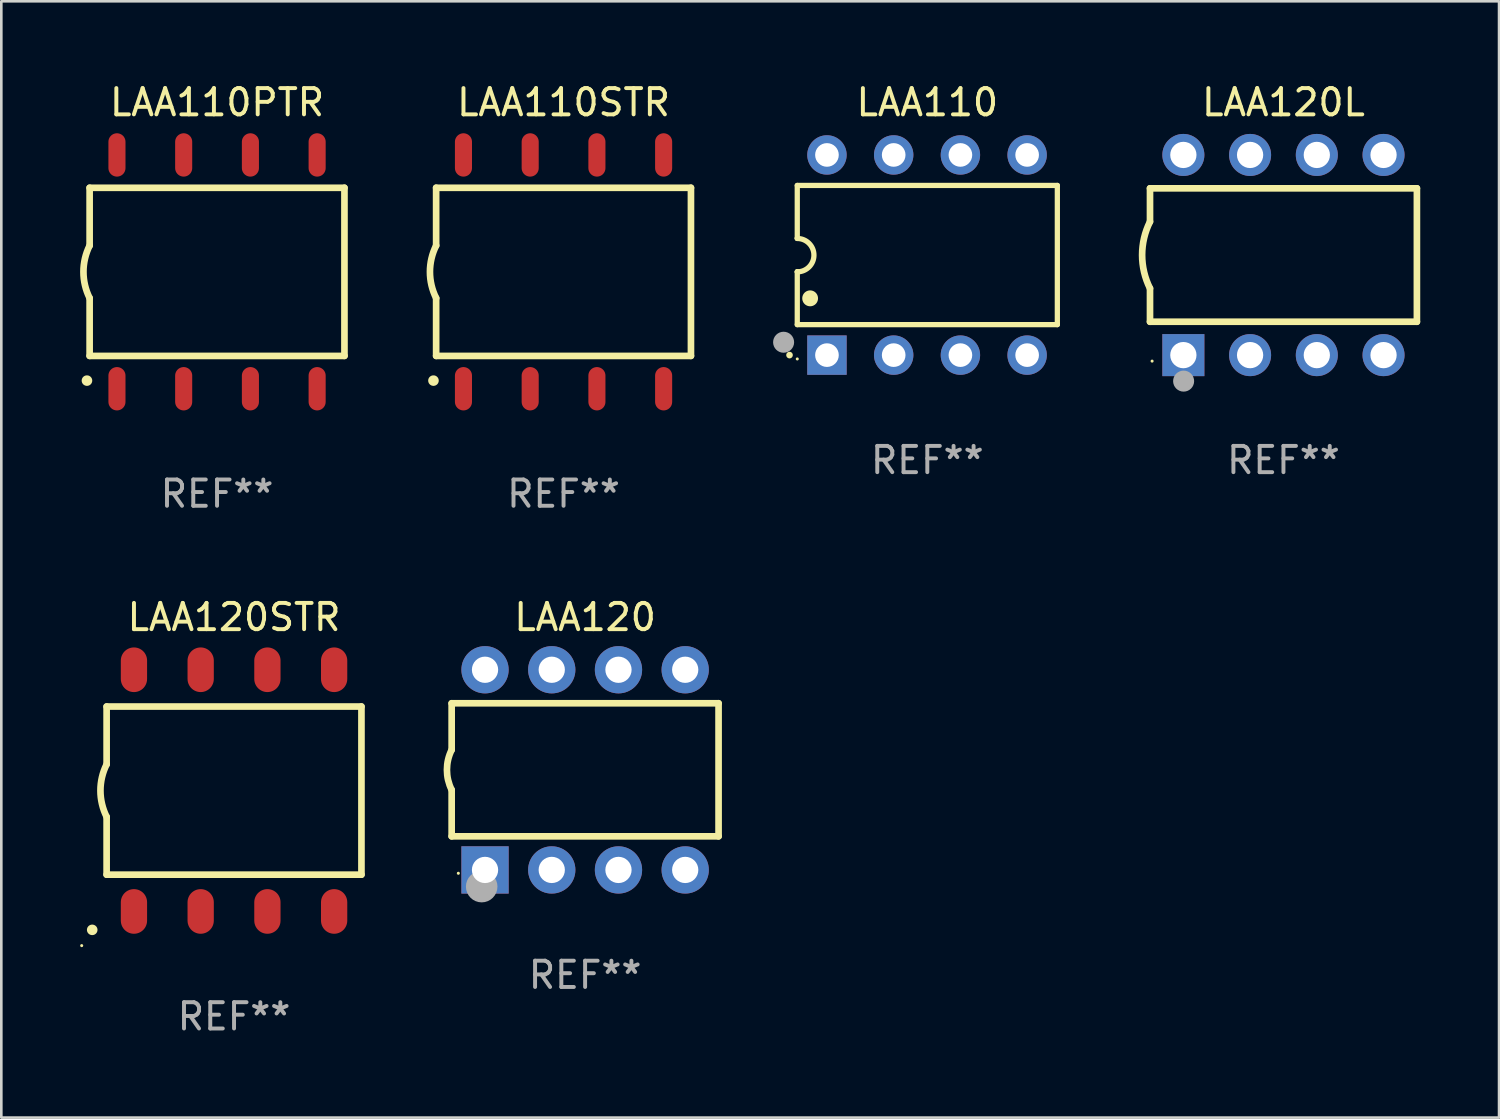
<source format=kicad_pcb>
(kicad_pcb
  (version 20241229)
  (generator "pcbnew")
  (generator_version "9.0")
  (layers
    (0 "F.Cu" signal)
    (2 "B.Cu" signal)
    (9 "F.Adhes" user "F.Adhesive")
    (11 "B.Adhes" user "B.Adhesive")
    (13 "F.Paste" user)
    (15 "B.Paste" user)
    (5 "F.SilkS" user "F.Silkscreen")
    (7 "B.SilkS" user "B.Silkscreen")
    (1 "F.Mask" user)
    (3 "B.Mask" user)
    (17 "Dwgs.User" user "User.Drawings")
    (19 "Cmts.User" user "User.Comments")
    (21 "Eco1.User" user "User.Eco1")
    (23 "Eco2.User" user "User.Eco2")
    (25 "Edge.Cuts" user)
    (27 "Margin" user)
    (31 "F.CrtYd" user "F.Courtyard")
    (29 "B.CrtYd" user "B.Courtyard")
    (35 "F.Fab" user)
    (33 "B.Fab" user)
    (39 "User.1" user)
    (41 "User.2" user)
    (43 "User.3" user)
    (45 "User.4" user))
  (footprint "LAA120STR"
    (layer "F.Cu")
    (at 5.859 27.045)
    (property "Reference" "LAA120STR" (at 0 -6.6 0) (layer "F.SilkS") (effects (font (size 1 1) (thickness 0.15))))
    (attr through_hole)
    (fp_line (start -4.85 -3.2) (end -4.85 -1) (stroke (width 0.254) (type solid)) (layer "F.SilkS"))
    (fp_line (start -4.85 -3.2) (end 4.85 -3.2) (stroke (width 0.254) (type solid)) (layer "F.SilkS"))
    (fp_line (start -4.85 3.2) (end -4.85 1) (stroke (width 0.254) (type solid)) (layer "F.SilkS"))
    (fp_line (start 4.85 -3.2) (end 4.85 3.2) (stroke (width 0.254) (type solid)) (layer "F.SilkS"))
    (fp_line (start 4.85 3.2) (end -4.85 3.2) (stroke (width 0.254) (type solid)) (layer "F.SilkS"))
    (fp_arc (start -5.400051 5.300991) (mid -5.398781 5.300987) (end -5.397511 5.300991) (stroke (width 0.4) (type solid)) (layer "F.SilkS"))
    (fp_arc (start -4.84887 1.000762) (mid -5.085418 0.000516) (end -4.850013 -1) (stroke (width 0.254001) (type solid)) (layer "F.SilkS"))
    (fp_circle (center -5.799 5.901) (end -5.769 5.901) (stroke (width 0.06) (type solid)) (fill no) (layer "F.SilkS"))
    (fp_text user "REF**" (at 0 8.6 0) (layer "F.Fab") (effects (font (size 1 1) (thickness 0.15))))
    (pad "1" smd oval (at -3.81 4.6) (size 1 1.7) (layers "F.Cu" "F.Mask" "F.Paste"))
    (pad "2" smd oval (at -1.27 4.6) (size 1 1.7) (layers "F.Cu" "F.Mask" "F.Paste"))
    (pad "3" smd oval (at 1.27 4.6) (size 1 1.7) (layers "F.Cu" "F.Mask" "F.Paste"))
    (pad "4" smd oval (at 3.81 4.6) (size 1 1.7) (layers "F.Cu" "F.Mask" "F.Paste"))
    (pad "5" smd oval (at 3.81 -4.6 180) (size 1 1.7) (layers "F.Cu" "F.Mask" "F.Paste"))
    (pad "6" smd oval (at 1.27 -4.6 180) (size 1 1.7) (layers "F.Cu" "F.Mask" "F.Paste"))
    (pad "7" smd oval (at -1.27 -4.6 180) (size 1 1.7) (layers "F.Cu" "F.Mask" "F.Paste"))
    (pad "8" smd oval (at -3.81 -4.6 180) (size 1 1.7) (layers "F.Cu" "F.Mask" "F.Paste")))
  (footprint "LAA110STR"
    (layer "F.Cu")
    (at 18.402 7.298)
    (property "Reference" "LAA110STR" (at 0 -6.45 0) (layer "F.SilkS") (effects (font (size 1 1) (thickness 0.15))))
    (attr through_hole)
    (fp_line (start -4.85 -3.2) (end -4.85 -1) (stroke (width 0.254) (type solid)) (layer "F.SilkS"))
    (fp_line (start -4.85 -3.2) (end 4.85 -3.2) (stroke (width 0.254) (type solid)) (layer "F.SilkS"))
    (fp_line (start -4.85 3.2) (end -4.85 1) (stroke (width 0.254) (type solid)) (layer "F.SilkS"))
    (fp_line (start 4.85 -3.2) (end 4.85 3.2) (stroke (width 0.254) (type solid)) (layer "F.SilkS"))
    (fp_line (start 4.85 3.2) (end -4.85 3.2) (stroke (width 0.254) (type solid)) (layer "F.SilkS"))
    (fp_arc (start -4.95301 4.140208) (mid -4.95174 4.140204) (end -4.95047 4.140208) (stroke (width 0.4) (type solid)) (layer "F.SilkS"))
    (fp_arc (start -4.84887 1.000762) (mid -5.085418 0.000516) (end -4.850013 -1) (stroke (width 0.254001) (type solid)) (layer "F.SilkS"))
    (fp_text user "REF**" (at 0 8.45 0) (layer "F.Fab") (effects (font (size 1 1) (thickness 0.15))))
    (pad "1" smd oval (at -3.81 4.45) (size 0.65 1.65) (layers "F.Cu" "F.Mask" "F.Paste"))
    (pad "2" smd oval (at -1.27 4.45) (size 0.65 1.65) (layers "F.Cu" "F.Mask" "F.Paste"))
    (pad "3" smd oval (at 1.27 4.45) (size 0.65 1.65) (layers "F.Cu" "F.Mask" "F.Paste"))
    (pad "4" smd oval (at 3.81 4.45) (size 0.65 1.65) (layers "F.Cu" "F.Mask" "F.Paste"))
    (pad "5" smd oval (at 3.81 -4.45 180) (size 0.65 1.65) (layers "F.Cu" "F.Mask" "F.Paste"))
    (pad "6" smd oval (at 1.27 -4.45 180) (size 0.65 1.65) (layers "F.Cu" "F.Mask" "F.Paste"))
    (pad "7" smd oval (at -1.27 -4.45 180) (size 0.65 1.65) (layers "F.Cu" "F.Mask" "F.Paste"))
    (pad "8" smd oval (at -3.81 -4.45 180) (size 0.65 1.65) (layers "F.Cu" "F.Mask" "F.Paste")))
  (footprint "LAA110"
    (layer "F.Cu")
    (at 32.249 6.658)
    (property "Reference" "LAA110" (at 0 -5.81 0) (layer "F.SilkS") (effects (font (size 1 1) (thickness 0.15))))
    (attr through_hole)
    (fp_line (start -4.95 -2.649) (end 4.95 -2.649) (stroke (width 0.2) (type solid)) (layer "F.SilkS"))
    (fp_line (start -4.95 -0.635) (end -4.95 -2.649) (stroke (width 0.2) (type solid)) (layer "F.SilkS"))
    (fp_line (start -4.95 0.635) (end -4.95 0.64) (stroke (width 0.2) (type solid)) (layer "F.SilkS"))
    (fp_line (start -4.95 2.649) (end -4.95 0.635) (stroke (width 0.2) (type solid)) (layer "F.SilkS"))
    (fp_line (start -4.95 -0.64) (end -4.95 -0.635) (stroke (width 0.2) (type solid)) (layer "F.SilkS"))
    (fp_line (start 4.95 -2.649) (end 4.95 2.649) (stroke (width 0.2) (type solid)) (layer "F.SilkS"))
    (fp_line (start 4.95 2.649) (end -4.95 2.649) (stroke (width 0.2) (type solid)) (layer "F.SilkS"))
    (fp_arc (start -5.24511 3.810008) (mid -5.245117 3.808738) (end -5.24511 3.807468) (stroke (width 0.25) (type solid)) (layer "F.SilkS"))
    (fp_arc (start -4.950165 -0.629997) (mid -4.315164 0.005004) (end -4.950165 0.640005) (stroke (width 0.2) (type solid)) (layer "F.SilkS"))
    (fp_arc (start -4.460249 1.651003) (mid -4.46026 1.648463) (end -4.460249 1.645923) (stroke (width 0.6) (type solid)) (layer "F.SilkS"))
    (fp_circle (center -4.95 3.956) (end -4.92 3.956) (stroke (width 0.06) (type solid)) (fill no) (layer "F.SilkS"))
    (fp_circle (center -5.47 3.32) (end -5.27 3.32) (stroke (width 0.4) (type solid)) (fill no) (layer "F.Fab"))
    (fp_text user "REF**" (at 0 7.81 0) (layer "F.Fab") (effects (font (size 1 1) (thickness 0.15))))
    (pad "1" thru_hole rect (at -3.82 3.81) (size 1.5 1.5) (drill 0.9) (layers "*.Cu" "*.Mask"))
    (pad "2" thru_hole circle (at -1.28 3.81) (size 1.5 1.5) (drill 0.9) (layers "*.Cu" "*.Mask"))
    (pad "3" thru_hole circle (at 1.26 3.81) (size 1.5 1.5) (drill 0.9) (layers "*.Cu" "*.Mask"))
    (pad "4" thru_hole circle (at 3.8 3.81) (size 1.5 1.5) (drill 0.9) (layers "*.Cu" "*.Mask"))
    (pad "5" thru_hole circle (at 3.8 -3.81) (size 1.5 1.5) (drill 0.9) (layers "*.Cu" "*.Mask"))
    (pad "6" thru_hole circle (at 1.26 -3.81) (size 1.5 1.5) (drill 0.9) (layers "*.Cu" "*.Mask"))
    (pad "7" thru_hole circle (at -1.28 -3.81) (size 1.5 1.5) (drill 0.9) (layers "*.Cu" "*.Mask"))
    (pad "8" thru_hole circle (at -3.82 -3.81) (size 1.5 1.5) (drill 0.9) (layers "*.Cu" "*.Mask")))
  (footprint "LAA120L"
    (layer "F.Cu")
    (at 45.806 6.658)
    (property "Reference" "LAA120L" (at 0 -5.81 0) (layer "F.SilkS") (effects (font (size 1 1) (thickness 0.15))))
    (attr through_hole)
    (fp_line (start -5.08 -1.27) (end -5.08 -2.54) (stroke (width 0.254) (type solid)) (layer "F.SilkS"))
    (fp_line (start -5.08 2.54) (end -5.08 1.27) (stroke (width 0.254) (type solid)) (layer "F.SilkS"))
    (fp_line (start 5.08 -2.54) (end -5.08 -2.54) (stroke (width 0.254) (type solid)) (layer "F.SilkS"))
    (fp_line (start 5.08 2.54) (end -5.08 2.54) (stroke (width 0.254) (type solid)) (layer "F.SilkS"))
    (fp_line (start 5.08 2.54) (end 5.08 -2.54) (stroke (width 0.254) (type solid)) (layer "F.SilkS"))
    (fp_arc (start -5.080011 1.270002) (mid -5.379818 -0.000001) (end -5.08001 -1.270003) (stroke (width 0.254001) (type solid)) (layer "F.SilkS"))
    (fp_circle (center -5 4.038) (end -4.97 4.038) (stroke (width 0.06) (type solid)) (fill no) (layer "F.SilkS"))
    (fp_circle (center -3.8 4.8) (end -3.6 4.8) (stroke (width 0.4) (type solid)) (fill no) (layer "F.Fab"))
    (fp_text user "REF**" (at 0 7.81 0) (layer "F.Fab") (effects (font (size 1 1) (thickness 0.15))))
    (pad "1" thru_hole rect (at -3.81 3.81) (size 1.6 1.6) (drill 1) (layers "*.Cu" "*.Mask"))
    (pad "2" thru_hole circle (at -1.27 3.81) (size 1.6 1.6) (drill 1) (layers "*.Cu" "*.Mask"))
    (pad "3" thru_hole circle (at 1.27 3.81) (size 1.6 1.6) (drill 1) (layers "*.Cu" "*.Mask"))
    (pad "4" thru_hole circle (at 3.81 3.81) (size 1.6 1.6) (drill 1) (layers "*.Cu" "*.Mask"))
    (pad "5" thru_hole circle (at 3.81 -3.81) (size 1.6 1.6) (drill 1) (layers "*.Cu" "*.Mask"))
    (pad "6" thru_hole circle (at 1.27 -3.81) (size 1.6 1.6) (drill 1) (layers "*.Cu" "*.Mask"))
    (pad "7" thru_hole circle (at -1.27 -3.81) (size 1.6 1.6) (drill 1) (layers "*.Cu" "*.Mask"))
    (pad "8" thru_hole circle (at -3.81 -3.81) (size 1.6 1.6) (drill 1) (layers "*.Cu" "*.Mask")))
  (footprint "LAA120"
    (layer "F.Cu")
    (at 19.223 26.255)
    (property "Reference" "LAA120" (at 0 -5.81 0) (layer "F.SilkS") (effects (font (size 1 1) (thickness 0.15))))
    (attr through_hole)
    (fp_line (start -5.08 -2.534) (end 5.08 -2.534) (stroke (width 0.254) (type solid)) (layer "F.SilkS"))
    (fp_line (start -5.08 -0.762) (end -5.08 -2.534) (stroke (width 0.254) (type solid)) (layer "F.SilkS"))
    (fp_line (start -5.08 2.531) (end -5.08 0.762) (stroke (width 0.254) (type solid)) (layer "F.SilkS"))
    (fp_line (start -5.08 2.531) (end 5.08 2.531) (stroke (width 0.254) (type solid)) (layer "F.SilkS"))
    (fp_line (start 5.08 2.531) (end 5.08 -2.534) (stroke (width 0.254) (type solid)) (layer "F.SilkS"))
    (fp_arc (start -5.08001 0.762001) (mid -5.259894 0) (end -5.08001 -0.762002) (stroke (width 0.254001) (type solid)) (layer "F.SilkS"))
    (fp_circle (center -4.826 3.937) (end -4.796 3.937) (stroke (width 0.06) (type solid)) (fill no) (layer "F.SilkS"))
    (fp_circle (center -3.937 4.445) (end -3.637 4.445) (stroke (width 0.6) (type solid)) (fill no) (layer "F.Fab"))
    (fp_text user "REF**" (at 0 7.81 0) (layer "F.Fab") (effects (font (size 1 1) (thickness 0.15))))
    (pad "1" thru_hole rect (at -3.81 3.81) (size 1.8 1.8) (drill 1) (layers "*.Cu" "*.Mask"))
    (pad "2" thru_hole circle (at -1.27 3.81) (size 1.8 1.8) (drill 1) (layers "*.Cu" "*.Mask"))
    (pad "3" thru_hole circle (at 1.27 3.81) (size 1.8 1.8) (drill 1) (layers "*.Cu" "*.Mask"))
    (pad "4" thru_hole circle (at 3.81 3.81) (size 1.8 1.8) (drill 1) (layers "*.Cu" "*.Mask"))
    (pad "5" thru_hole circle (at 3.81 -3.81) (size 1.8 1.8) (drill 1) (layers "*.Cu" "*.Mask"))
    (pad "6" thru_hole circle (at 1.27 -3.81) (size 1.8 1.8) (drill 1) (layers "*.Cu" "*.Mask"))
    (pad "7" thru_hole circle (at -1.27 -3.81) (size 1.8 1.8) (drill 1) (layers "*.Cu" "*.Mask"))
    (pad "8" thru_hole circle (at -3.81 -3.81) (size 1.8 1.8) (drill 1) (layers "*.Cu" "*.Mask")))
  (footprint "LAA110PTR"
    (layer "F.Cu")
    (at 5.212 7.298)
    (property "Reference" "LAA110PTR" (at 0 -6.45 0) (layer "F.SilkS") (effects (font (size 1 1) (thickness 0.15))))
    (attr through_hole)
    (fp_line (start -4.85 -3.2) (end -4.85 -1) (stroke (width 0.254) (type solid)) (layer "F.SilkS"))
    (fp_line (start -4.85 -3.2) (end 4.85 -3.2) (stroke (width 0.254) (type solid)) (layer "F.SilkS"))
    (fp_line (start -4.85 3.2) (end -4.85 1) (stroke (width 0.254) (type solid)) (layer "F.SilkS"))
    (fp_line (start 4.85 -3.2) (end 4.85 3.2) (stroke (width 0.254) (type solid)) (layer "F.SilkS"))
    (fp_line (start 4.85 3.2) (end -4.85 3.2) (stroke (width 0.254) (type solid)) (layer "F.SilkS"))
    (fp_arc (start -4.95301 4.140208) (mid -4.95174 4.140204) (end -4.95047 4.140208) (stroke (width 0.4) (type solid)) (layer "F.SilkS"))
    (fp_arc (start -4.84887 1.000762) (mid -5.085418 0.000516) (end -4.850013 -1) (stroke (width 0.254001) (type solid)) (layer "F.SilkS"))
    (fp_text user "REF**" (at 0 8.45 0) (layer "F.Fab") (effects (font (size 1 1) (thickness 0.15))))
    (pad "1" smd oval (at -3.81 4.45) (size 0.65 1.65) (layers "F.Cu" "F.Mask" "F.Paste"))
    (pad "2" smd oval (at -1.27 4.45) (size 0.65 1.65) (layers "F.Cu" "F.Mask" "F.Paste"))
    (pad "3" smd oval (at 1.27 4.45) (size 0.65 1.65) (layers "F.Cu" "F.Mask" "F.Paste"))
    (pad "4" smd oval (at 3.81 4.45) (size 0.65 1.65) (layers "F.Cu" "F.Mask" "F.Paste"))
    (pad "5" smd oval (at 3.81 -4.45 180) (size 0.65 1.65) (layers "F.Cu" "F.Mask" "F.Paste"))
    (pad "6" smd oval (at 1.27 -4.45 180) (size 0.65 1.65) (layers "F.Cu" "F.Mask" "F.Paste"))
    (pad "7" smd oval (at -1.27 -4.45 180) (size 0.65 1.65) (layers "F.Cu" "F.Mask" "F.Paste"))
    (pad "8" smd oval (at -3.81 -4.45 180) (size 0.65 1.65) (layers "F.Cu" "F.Mask" "F.Paste")))
  (gr_rect
    (start -3 -3)
    (end 54.013 39.493)
    (stroke (width 0.1) (type default))
    (fill no)
    (layer "Edge.Cuts")))
</source>
